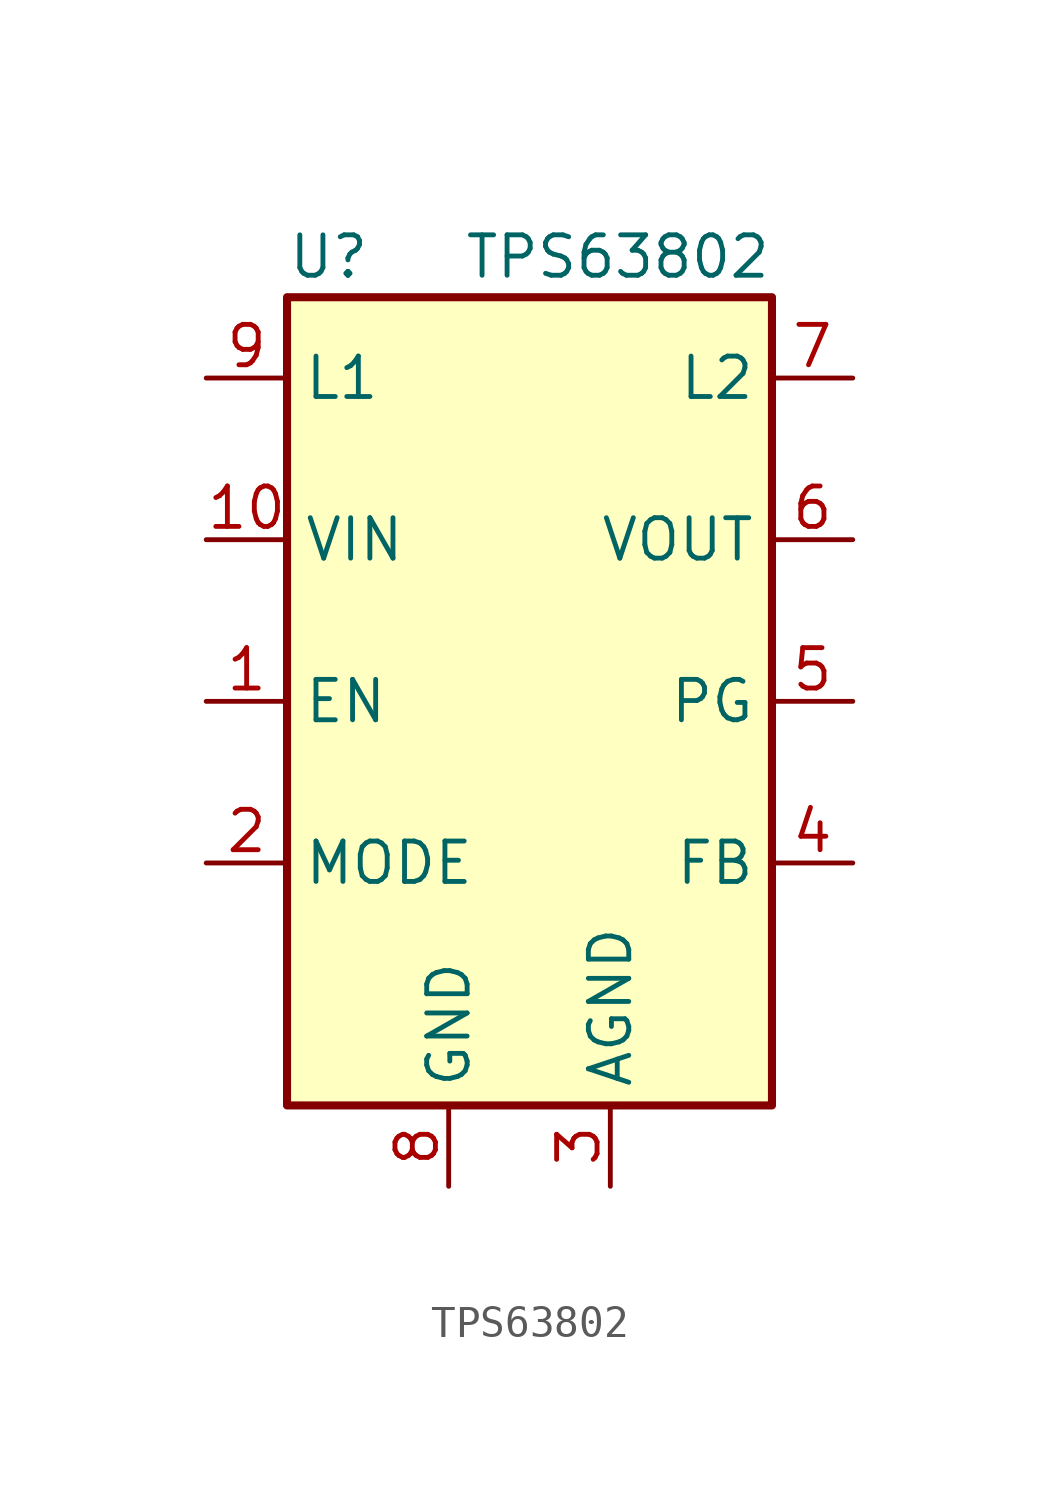
<source format=kicad_sym>
(kicad_symbol_lib
  (version 20211014)
  (generator kicad_symbol_editor)
  (symbol "TPS63802"
    (property "Reference" "U"
      (at -7.62 13.97 0)
      (effects (font (size 1.27 1.27)) (justify left)))
    (property "Value" "TPS63802"
      (at 7.62 13.97 0)
      (effects (font (size 1.27 1.27)) (justify right)))
    (symbol "TPS63802_0_1"
      (rectangle (start -7.62 12.7) (end 7.62 -12.7) (stroke (width 0.254) (type default) (color 0 0 0 0)) (fill (type background))))
    (symbol "TPS63802_1_1"
      (pin input line (at -10.16 0 0) (length 2.54) (name "EN" (effects (font (size 1.27 1.27)))) (number "1" (effects (font (size 1.27 1.27)))))
      (pin power_in line (at -10.16 5.08 0) (length 2.54) (name "VIN" (effects (font (size 1.27 1.27)))) (number "10" (effects (font (size 1.27 1.27)))))
      (pin input line (at -10.16 -5.08 0) (length 2.54) (name "MODE" (effects (font (size 1.27 1.27)))) (number "2" (effects (font (size 1.27 1.27)))))
      (pin power_in line (at 2.54 -15.24 90) (length 2.54) (name "AGND" (effects (font (size 1.27 1.27)))) (number "3" (effects (font (size 1.27 1.27)))))
      (pin input line (at 10.16 -5.08 180) (length 2.54) (name "FB" (effects (font (size 1.27 1.27)))) (number "4" (effects (font (size 1.27 1.27)))))
      (pin input line (at 10.16 0 180) (length 2.54) (name "PG" (effects (font (size 1.27 1.27)))) (number "5" (effects (font (size 1.27 1.27)))))
      (pin power_out line (at 10.16 5.08 180) (length 2.54) (name "VOUT" (effects (font (size 1.27 1.27)))) (number "6" (effects (font (size 1.27 1.27)))))
      (pin passive line (at 10.16 10.16 180) (length 2.54) (name "L2" (effects (font (size 1.27 1.27)))) (number "7" (effects (font (size 1.27 1.27)))))
      (pin power_in line (at -2.54 -15.24 90) (length 2.54) (name "GND" (effects (font (size 1.27 1.27)))) (number "8" (effects (font (size 1.27 1.27)))))
      (pin passive line (at -10.16 10.16 0) (length 2.54) (name "L1" (effects (font (size 1.27 1.27)))) (number "9" (effects (font (size 1.27 1.27))))))))
</source>
